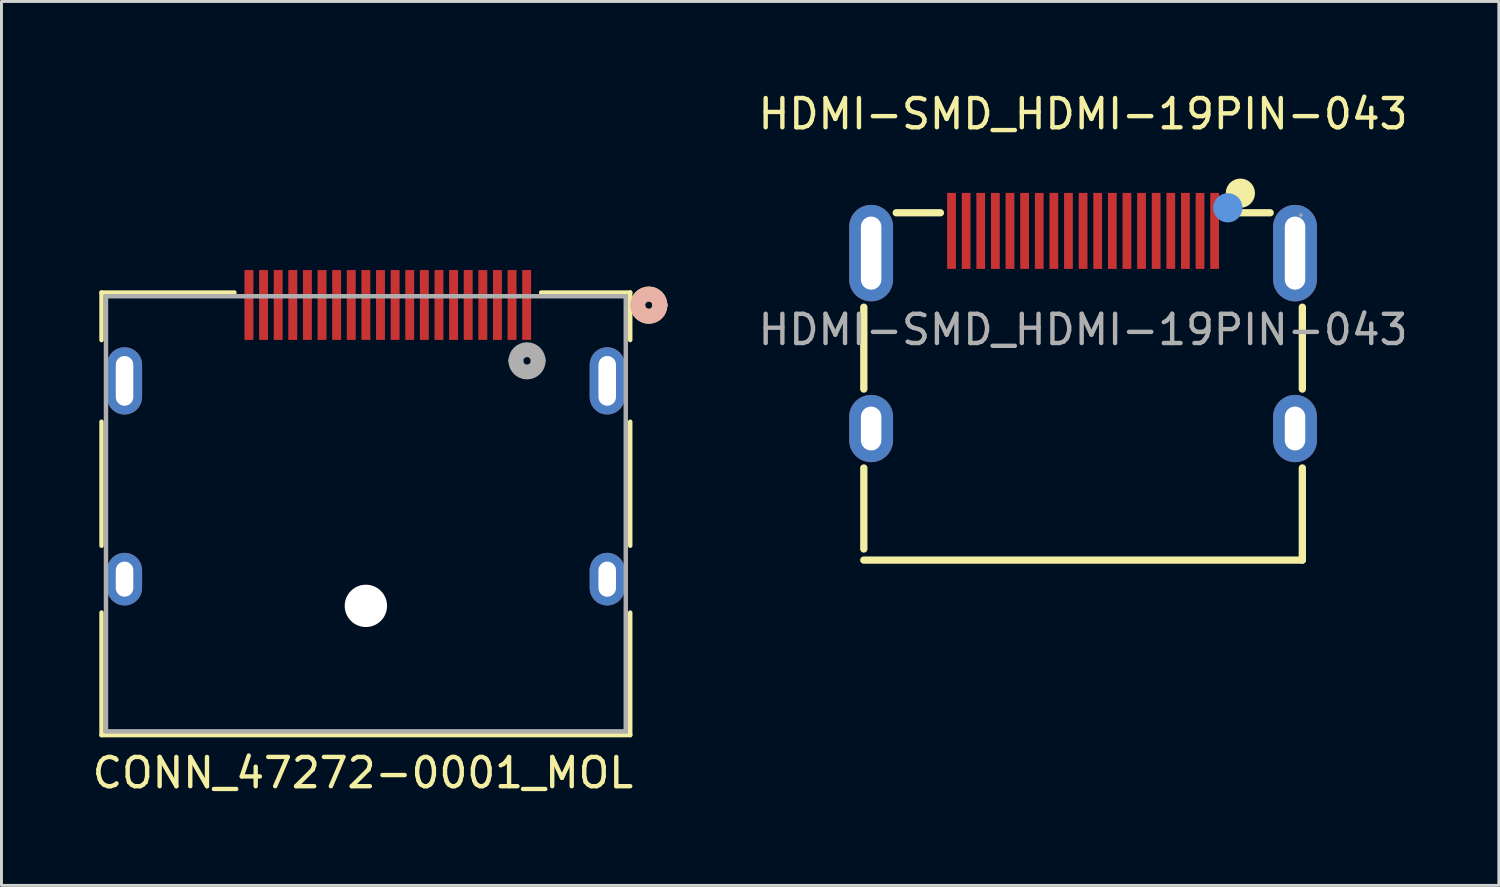
<source format=kicad_pcb>
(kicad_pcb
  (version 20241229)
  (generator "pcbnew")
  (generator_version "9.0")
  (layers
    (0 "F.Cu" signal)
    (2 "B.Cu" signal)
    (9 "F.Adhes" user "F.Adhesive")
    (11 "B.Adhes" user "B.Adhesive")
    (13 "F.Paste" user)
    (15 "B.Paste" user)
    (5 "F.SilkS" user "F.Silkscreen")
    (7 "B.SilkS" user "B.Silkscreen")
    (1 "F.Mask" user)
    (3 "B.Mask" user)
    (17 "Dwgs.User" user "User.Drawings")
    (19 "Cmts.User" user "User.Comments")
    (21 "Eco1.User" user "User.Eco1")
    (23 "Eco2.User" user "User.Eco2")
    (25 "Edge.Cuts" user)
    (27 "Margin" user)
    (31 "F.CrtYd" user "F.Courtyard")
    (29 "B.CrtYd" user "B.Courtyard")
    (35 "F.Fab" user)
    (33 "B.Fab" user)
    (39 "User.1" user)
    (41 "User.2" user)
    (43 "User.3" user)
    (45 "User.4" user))
  (footprint "HDMI-SMD_HDMI-19PIN-043"
    (layer "F.Cu")
    (at 33.997 8.228)
    (property "Reference" "HDMI-SMD_HDMI-19PIN-043" (at 0 -7.38 0) (layer "F.SilkS") (effects (font (size 1 1) (thickness 0.15))))
    (attr smd)
    (fp_line (start -7.5 2.03) (end -7.5 -0.77) (stroke (width 0.25) (type solid)) (layer "F.SilkS"))
    (fp_line (start -7.5 7.5) (end -7.5 4.73) (stroke (width 0.25) (type solid)) (layer "F.SilkS"))
    (fp_line (start -4.88 -4) (end -6.39 -4) (stroke (width 0.25) (type solid)) (layer "F.SilkS"))
    (fp_line (start 6.4 -4) (end 4.89 -4) (stroke (width 0.25) (type solid)) (layer "F.SilkS"))
    (fp_line (start 7.5 2.03) (end 7.5 -0.77) (stroke (width 0.25) (type solid)) (layer "F.SilkS"))
    (fp_line (start 7.5 7.88) (end -7.5 7.88) (stroke (width 0.25) (type solid)) (layer "F.SilkS"))
    (fp_line (start 7.5 7.88) (end 7.5 4.73) (stroke (width 0.25) (type solid)) (layer "F.SilkS"))
    (fp_circle (center 5.38 -4.67) (end 5.63 -4.67) (stroke (width 0.5) (type solid)) (fill no) (layer "F.SilkS"))
    (fp_circle (center 4.95 -4.17) (end 5.2 -4.17) (stroke (width 0.5) (type solid)) (fill no) (layer "Cmts.User"))
    (fp_circle (center 7.45 -3.92) (end 7.48 -3.92) (stroke (width 0.06) (type solid)) (fill no) (layer "F.Fab"))
    (fp_text user "${REFERENCE}" (at 0 0 0) (layer "F.Fab") (effects (font (size 1 1) (thickness 0.15))))
    (pad "1" smd rect (at 4.5 -3.38) (size 0.3 2.6) (layers "F.Cu" "F.Mask" "F.Paste"))
    (pad "2" smd rect (at 4 -3.38) (size 0.3 2.6) (layers "F.Cu" "F.Mask" "F.Paste"))
    (pad "3" smd rect (at 3.5 -3.38) (size 0.3 2.6) (layers "F.Cu" "F.Mask" "F.Paste"))
    (pad "4" smd rect (at 3 -3.38) (size 0.3 2.6) (layers "F.Cu" "F.Mask" "F.Paste"))
    (pad "5" smd rect (at 2.5 -3.38) (size 0.3 2.6) (layers "F.Cu" "F.Mask" "F.Paste"))
    (pad "6" smd rect (at 2 -3.38) (size 0.3 2.6) (layers "F.Cu" "F.Mask" "F.Paste"))
    (pad "7" smd rect (at 1.5 -3.38) (size 0.3 2.6) (layers "F.Cu" "F.Mask" "F.Paste"))
    (pad "8" smd rect (at 1 -3.38) (size 0.3 2.6) (layers "F.Cu" "F.Mask" "F.Paste"))
    (pad "9" smd rect (at 0.5 -3.38) (size 0.3 2.6) (layers "F.Cu" "F.Mask" "F.Paste"))
    (pad "10" smd rect (at 0 -3.38) (size 0.3 2.6) (layers "F.Cu" "F.Mask" "F.Paste"))
    (pad "11" smd rect (at -0.5 -3.38) (size 0.3 2.6) (layers "F.Cu" "F.Mask" "F.Paste"))
    (pad "12" smd rect (at -1 -3.38) (size 0.3 2.6) (layers "F.Cu" "F.Mask" "F.Paste"))
    (pad "13" smd rect (at -1.5 -3.38) (size 0.3 2.6) (layers "F.Cu" "F.Mask" "F.Paste"))
    (pad "14" smd rect (at -2 -3.38) (size 0.3 2.6) (layers "F.Cu" "F.Mask" "F.Paste"))
    (pad "15" smd rect (at -2.5 -3.38) (size 0.3 2.6) (layers "F.Cu" "F.Mask" "F.Paste"))
    (pad "16" smd rect (at -3 -3.38) (size 0.3 2.6) (layers "F.Cu" "F.Mask" "F.Paste"))
    (pad "17" smd rect (at -3.5 -3.38) (size 0.3 2.6) (layers "F.Cu" "F.Mask" "F.Paste"))
    (pad "18" smd rect (at -4 -3.38) (size 0.3 2.6) (layers "F.Cu" "F.Mask" "F.Paste"))
    (pad "19" smd rect (at -4.5 -3.38) (size 0.3 2.6) (layers "F.Cu" "F.Mask" "F.Paste"))
    (pad "20" thru_hole oval (at -7.25 -2.62) (size 1.5 3.3) (drill oval 0.7 2.5) (layers "*.Cu" "*.Mask"))
    (pad "20" thru_hole oval (at -7.25 3.38) (size 1.5 2.3) (drill oval 0.7 1.5) (layers "*.Cu" "*.Mask"))
    (pad "20" thru_hole oval (at 7.25 -2.62) (size 1.5 3.3) (drill oval 0.7 2.5) (layers "*.Cu" "*.Mask"))
    (pad "20" thru_hole oval (at 7.25 3.38) (size 1.5 2.3) (drill oval 0.7 1.5) (layers "*.Cu" "*.Mask")))
  (footprint "CONN_47272-0001_MOL"
    (layer "F.Cu")
    (at 9.465 0.25)
    (property "Reference" "CONN_47272-0001_MOL" (at -0.102 23.137 0) (layer "F.SilkS") (effects (font (size 1 1) (thickness 0.15))))
    (attr smd)
    (fp_line (start -9.042 6.706) (end -9.042 8.331) (stroke (width 0.152) (type solid)) (layer "F.SilkS"))
    (fp_line (start -9.042 11.125) (end -9.042 15.367) (stroke (width 0.152) (type solid)) (layer "F.SilkS"))
    (fp_line (start -9.042 17.653) (end -9.042 21.844) (stroke (width 0.152) (type solid)) (layer "F.SilkS"))
    (fp_line (start -9.042 21.844) (end 9.042 21.844) (stroke (width 0.152) (type solid)) (layer "F.SilkS"))
    (fp_line (start -4.496 6.706) (end -9.042 6.706) (stroke (width 0.152) (type solid)) (layer "F.SilkS"))
    (fp_line (start 9.042 6.706) (end 5.994 6.706) (stroke (width 0.152) (type solid)) (layer "F.SilkS"))
    (fp_line (start 9.042 8.331) (end 9.042 6.706) (stroke (width 0.152) (type solid)) (layer "F.SilkS"))
    (fp_line (start 9.042 15.367) (end 9.042 11.125) (stroke (width 0.152) (type solid)) (layer "F.SilkS"))
    (fp_line (start 9.042 21.844) (end 9.042 17.653) (stroke (width 0.152) (type solid)) (layer "F.SilkS"))
    (fp_arc (start 9.2964 7.1374) (mid 9.6774 6.7564) (end 10.0584 7.1374) (stroke (width 0.508) (type solid)) (layer "F.SilkS"))
    (fp_arc (start 10.0584 7.1374) (mid 9.6774 7.5184) (end 9.2964 7.1374) (stroke (width 0.508) (type solid)) (layer "F.SilkS"))
    (fp_arc (start 9.2964 7.1374) (mid 9.6774 6.7564) (end 10.0584 7.1374) (stroke (width 0.508) (type solid)) (layer "B.SilkS"))
    (fp_arc (start 10.0584 7.1374) (mid 9.6774 7.5184) (end 9.2964 7.1374) (stroke (width 0.508) (type solid)) (layer "B.SilkS"))
    (fp_line (start -8.89 6.833) (end -8.89 21.717) (stroke (width 0.152) (type solid)) (layer "F.Fab"))
    (fp_line (start -8.89 21.717) (end 8.89 21.717) (stroke (width 0.152) (type solid)) (layer "F.Fab"))
    (fp_line (start 8.89 6.833) (end -8.89 6.833) (stroke (width 0.152) (type solid)) (layer "F.Fab"))
    (fp_line (start 8.89 21.717) (end 8.89 6.833) (stroke (width 0.152) (type solid)) (layer "F.Fab"))
    (fp_arc (start 5.1308 9.0424) (mid 5.5118 8.6614) (end 5.8928 9.0424) (stroke (width 0.508) (type solid)) (layer "F.Fab"))
    (fp_arc (start 5.8928 9.0424) (mid 5.5118 9.4234) (end 5.1308 9.0424) (stroke (width 0.508) (type solid)) (layer "F.Fab"))
    (pad "" np_thru_hole circle (at 0 17.424) (size 1.448 1.448) (drill 1.448) (layers "*.Cu" "*.Mask"))
    (pad "1" smd rect (at 5.5 7.132) (size 0.305 2.388) (layers "F.Cu" "F.Mask" "F.Paste"))
    (pad "2" smd rect (at 5 7.132) (size 0.305 2.388) (layers "F.Cu" "F.Mask" "F.Paste"))
    (pad "3" smd rect (at 4.5 7.132) (size 0.305 2.388) (layers "F.Cu" "F.Mask" "F.Paste"))
    (pad "4" smd rect (at 4 7.132) (size 0.305 2.388) (layers "F.Cu" "F.Mask" "F.Paste"))
    (pad "5" smd rect (at 3.5 7.132) (size 0.305 2.388) (layers "F.Cu" "F.Mask" "F.Paste"))
    (pad "6" smd rect (at 3 7.132) (size 0.305 2.388) (layers "F.Cu" "F.Mask" "F.Paste"))
    (pad "7" smd rect (at 2.5 7.132) (size 0.305 2.388) (layers "F.Cu" "F.Mask" "F.Paste"))
    (pad "8" smd rect (at 2 7.132) (size 0.305 2.388) (layers "F.Cu" "F.Mask" "F.Paste"))
    (pad "9" smd rect (at 1.5 7.132) (size 0.305 2.388) (layers "F.Cu" "F.Mask" "F.Paste"))
    (pad "10" smd rect (at 1 7.132) (size 0.305 2.388) (layers "F.Cu" "F.Mask" "F.Paste"))
    (pad "11" smd rect (at 0.5 7.132) (size 0.305 2.388) (layers "F.Cu" "F.Mask" "F.Paste"))
    (pad "12" smd rect (at 0 7.132) (size 0.305 2.388) (layers "F.Cu" "F.Mask" "F.Paste"))
    (pad "13" smd rect (at -0.5 7.132) (size 0.305 2.388) (layers "F.Cu" "F.Mask" "F.Paste"))
    (pad "14" smd rect (at -1 7.132) (size 0.305 2.388) (layers "F.Cu" "F.Mask" "F.Paste"))
    (pad "15" smd rect (at -1.5 7.132) (size 0.305 2.388) (layers "F.Cu" "F.Mask" "F.Paste"))
    (pad "16" smd rect (at -2 7.132) (size 0.305 2.388) (layers "F.Cu" "F.Mask" "F.Paste"))
    (pad "17" smd rect (at -2.5 7.132) (size 0.305 2.388) (layers "F.Cu" "F.Mask" "F.Paste"))
    (pad "18" smd rect (at -3 7.132) (size 0.305 2.388) (layers "F.Cu" "F.Mask" "F.Paste"))
    (pad "19" smd rect (at -3.5 7.132) (size 0.305 2.388) (layers "F.Cu" "F.Mask" "F.Paste"))
    (pad "20" smd rect (at -4 7.132) (size 0.305 2.388) (layers "F.Cu" "F.Mask" "F.Paste"))
    (pad "21" thru_hole oval (at -8.255 9.728) (size 1.2 2.3) (drill oval 0.6 1.7) (layers "*.Cu" "*.Mask"))
    (pad "22" thru_hole oval (at 8.255 9.728) (size 1.2 2.3) (drill oval 0.6 1.7) (layers "*.Cu" "*.Mask"))
    (pad "23" thru_hole oval (at -8.255 16.51) (size 1.2 1.8) (drill oval 0.6 1.2) (layers "*.Cu" "*.Mask"))
    (pad "24" thru_hole oval (at 8.255 16.51) (size 1.2 1.8) (drill oval 0.6 1.2) (layers "*.Cu" "*.Mask")))
  (gr_rect
    (start -3 -3)
    (end 48.218 27.236)
    (stroke (width 0.1) (type default))
    (fill no)
    (layer "Edge.Cuts")))
</source>
